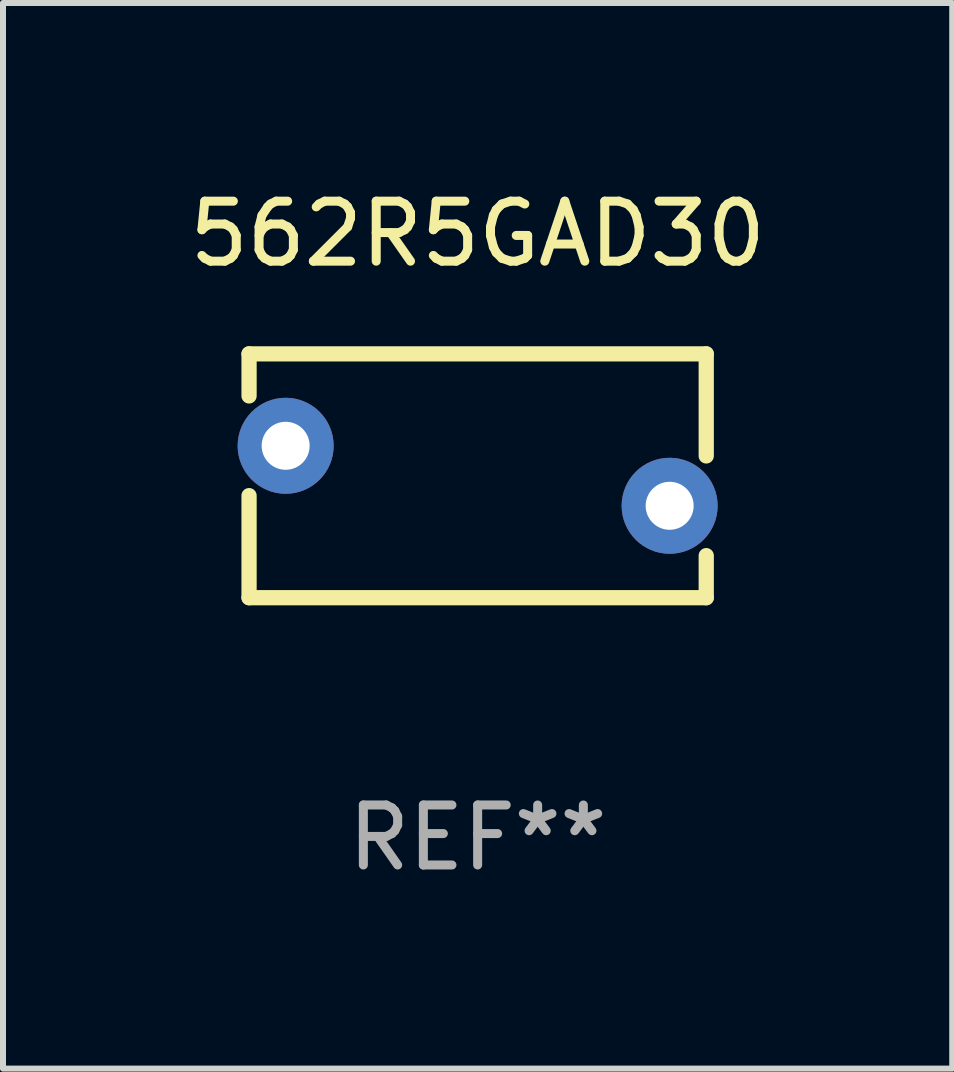
<source format=kicad_pcb>
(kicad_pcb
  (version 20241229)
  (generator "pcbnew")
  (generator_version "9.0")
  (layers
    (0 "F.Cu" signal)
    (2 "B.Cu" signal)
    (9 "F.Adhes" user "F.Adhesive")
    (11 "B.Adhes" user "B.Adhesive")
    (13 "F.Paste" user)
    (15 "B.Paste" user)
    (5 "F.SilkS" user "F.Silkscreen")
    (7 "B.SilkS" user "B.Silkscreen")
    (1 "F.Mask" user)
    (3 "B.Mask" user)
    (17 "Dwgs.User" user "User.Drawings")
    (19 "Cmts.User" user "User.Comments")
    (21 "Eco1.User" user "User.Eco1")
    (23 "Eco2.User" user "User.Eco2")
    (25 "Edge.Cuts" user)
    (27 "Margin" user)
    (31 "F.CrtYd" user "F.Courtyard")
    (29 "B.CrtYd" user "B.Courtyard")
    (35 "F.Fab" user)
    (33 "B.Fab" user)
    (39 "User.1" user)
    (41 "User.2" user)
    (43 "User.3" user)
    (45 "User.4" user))
  (footprint "562R5GAD30"
    (layer "F.Cu")
    (at 4.911 4.88)
    (property "Reference" "562R5GAD30" (at 0 -4.032 0) (layer "F.SilkS") (effects (font (size 1 1) (thickness 0.15))))
    (attr through_hole)
    (fp_line (start -3.81 -2.032) (end 3.81 -2.032) (stroke (width 0.254) (type solid)) (layer "F.SilkS"))
    (fp_line (start -3.81 -1.331) (end -3.81 -2.032) (stroke (width 0.254) (type solid)) (layer "F.SilkS"))
    (fp_line (start -3.81 2.032) (end -3.81 0.331) (stroke (width 0.254) (type solid)) (layer "F.SilkS"))
    (fp_line (start 3.81 -2.032) (end 3.81 -0.331) (stroke (width 0.254) (type solid)) (layer "F.SilkS"))
    (fp_line (start 3.81 1.331) (end 3.81 2.032) (stroke (width 0.254) (type solid)) (layer "F.SilkS"))
    (fp_line (start 3.81 2.032) (end -3.81 2.032) (stroke (width 0.254) (type solid)) (layer "F.SilkS"))
    (fp_circle (center -3.7 -2) (end -3.67 -2) (stroke (width 0.06) (type solid)) (fill no) (layer "F.SilkS"))
    (fp_text user "REF**" (at 0 6.032 0) (layer "F.Fab") (effects (font (size 1 1) (thickness 0.15))))
    (pad "1" thru_hole circle (at -3.2 -0.5) (size 1.6 1.6) (drill 0.8) (layers "*.Cu" "*.Mask"))
    (pad "2" thru_hole circle (at 3.2 0.5) (size 1.6 1.6) (drill 0.8) (layers "*.Cu" "*.Mask")))
  (gr_rect
    (start -3 -3)
    (end 12.821 14.761)
    (stroke (width 0.1) (type default))
    (fill no)
    (layer "Edge.Cuts")))
</source>
